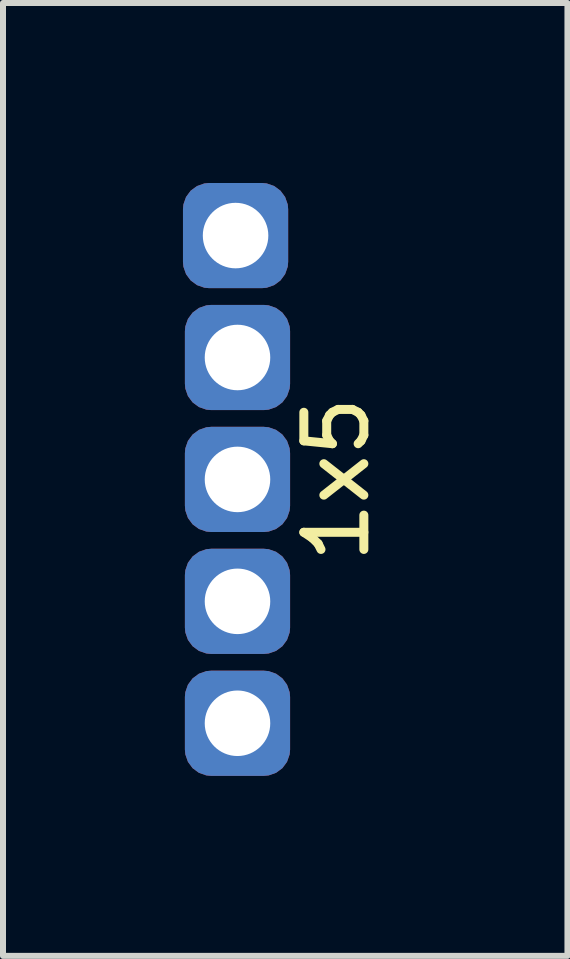
<source format=kicad_pcb>
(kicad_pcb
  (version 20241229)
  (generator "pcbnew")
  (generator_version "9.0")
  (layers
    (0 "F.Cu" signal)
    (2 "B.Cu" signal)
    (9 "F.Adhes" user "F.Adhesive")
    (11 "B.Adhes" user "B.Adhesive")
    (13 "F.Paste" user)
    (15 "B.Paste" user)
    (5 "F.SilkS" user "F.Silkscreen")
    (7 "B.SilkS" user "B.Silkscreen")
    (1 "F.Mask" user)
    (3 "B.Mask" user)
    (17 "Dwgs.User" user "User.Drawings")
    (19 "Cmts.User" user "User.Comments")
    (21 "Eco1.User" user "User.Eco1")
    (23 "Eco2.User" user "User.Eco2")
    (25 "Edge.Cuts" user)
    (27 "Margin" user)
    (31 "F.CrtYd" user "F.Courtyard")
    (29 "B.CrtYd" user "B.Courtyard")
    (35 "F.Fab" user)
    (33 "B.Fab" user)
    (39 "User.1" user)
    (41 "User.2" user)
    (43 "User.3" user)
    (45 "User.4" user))
  (footprint "1x5"
    (layer "F.Cu")
    (at 0.908 4.432)
    (property "Reference" "1x5" (at 1.651 0.508 90) (layer "F.SilkS") (effects (font (size 1 1) (thickness 0.15))))
    (attr through_hole)
    (pad "1" thru_hole roundrect (at -0.032 -3.556) (size 1.753 1.753) (drill 1.092) (layers "*.Cu" "*.Mask") (roundrect_rratio 0.25))
    (pad "2" thru_hole roundrect (at 0 -1.524) (size 1.753 1.753) (drill 1.092) (layers "*.Cu" "*.Mask") (roundrect_rratio 0.25))
    (pad "3" thru_hole roundrect (at 0 0.508) (size 1.753 1.753) (drill 1.092) (layers "*.Cu" "*.Mask") (roundrect_rratio 0.25))
    (pad "4" thru_hole roundrect (at 0 2.54) (size 1.753 1.753) (drill 1.092) (layers "*.Cu" "*.Mask") (roundrect_rratio 0.25))
    (pad "5" thru_hole roundrect (at 0 4.572) (size 1.753 1.753) (drill 1.092) (layers "*.Cu" "*.Mask") (roundrect_rratio 0.25)))
  (gr_rect
    (start -3 -3)
    (end 6.407 12.881)
    (stroke (width 0.1) (type default))
    (fill no)
    (layer "Edge.Cuts")))
</source>
